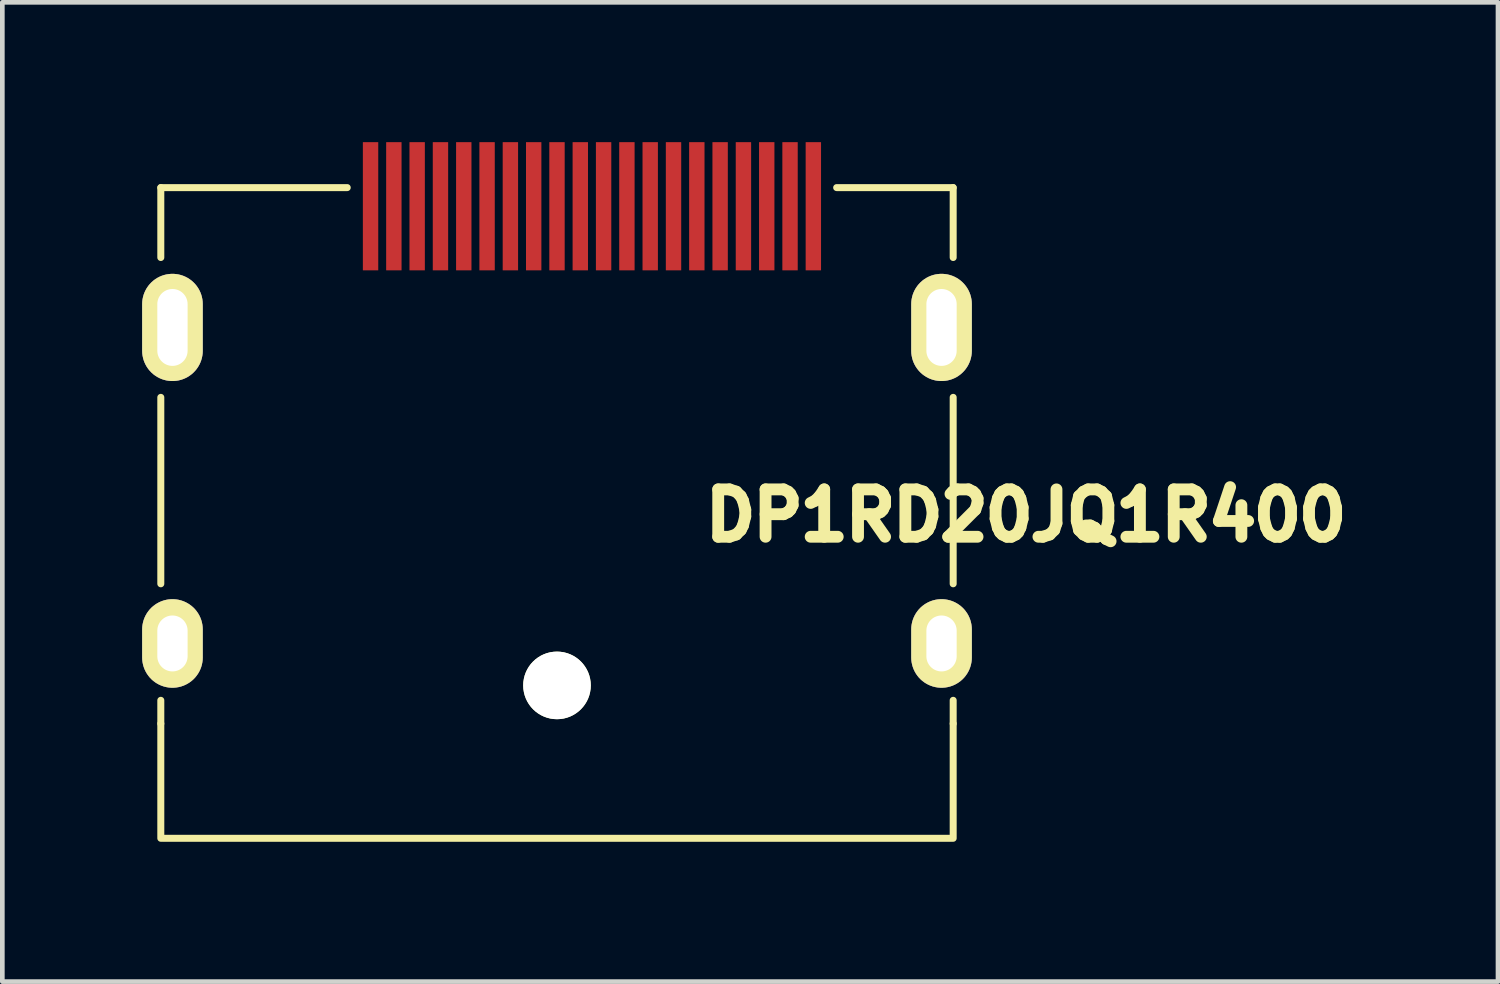
<source format=kicad_pcb>
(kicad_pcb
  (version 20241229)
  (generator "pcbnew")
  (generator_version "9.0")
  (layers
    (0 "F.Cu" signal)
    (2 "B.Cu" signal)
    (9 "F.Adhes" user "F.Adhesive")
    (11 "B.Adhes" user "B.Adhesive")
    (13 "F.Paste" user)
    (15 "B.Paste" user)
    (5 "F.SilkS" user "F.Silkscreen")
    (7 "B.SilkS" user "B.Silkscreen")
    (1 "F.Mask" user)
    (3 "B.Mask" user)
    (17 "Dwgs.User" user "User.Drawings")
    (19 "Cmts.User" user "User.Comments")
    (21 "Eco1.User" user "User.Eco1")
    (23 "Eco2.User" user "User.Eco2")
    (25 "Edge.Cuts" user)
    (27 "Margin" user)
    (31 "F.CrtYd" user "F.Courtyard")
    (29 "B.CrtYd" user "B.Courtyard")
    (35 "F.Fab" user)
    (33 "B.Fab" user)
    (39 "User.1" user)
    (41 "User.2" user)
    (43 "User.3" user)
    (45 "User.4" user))
  (footprint "DP1RD20JQ1R400"
    (layer "F.Cu")
    (at 8.9 3.975)
    (property "Reference" "DP1RD20JQ1R400" (at 10.063 4.034 0) (layer "F.SilkS") (effects (font (size 1.016 1.016) (thickness 0.254))))
    (attr through_hole)
    (fp_line (start -8.5 -3) (end -8.5 -1.5) (stroke (width 0.15) (type solid)) (layer "F.SilkS"))
    (fp_line (start -8.5 -3) (end -4.5 -3) (stroke (width 0.15) (type solid)) (layer "F.SilkS"))
    (fp_line (start -8.5 1.5) (end -8.5 5.5) (stroke (width 0.15) (type solid)) (layer "F.SilkS"))
    (fp_line (start -8.5 8.5) (end -8.5 8) (stroke (width 0.15) (type solid)) (layer "F.SilkS"))
    (fp_line (start -8.5 10.96) (end -8.5 8.5) (stroke (width 0.15) (type solid)) (layer "F.SilkS"))
    (fp_line (start 6 -3) (end 8.5 -3) (stroke (width 0.15) (type solid)) (layer "F.SilkS"))
    (fp_line (start 8.45 10.96) (end -8.45 10.96) (stroke (width 0.15) (type solid)) (layer "F.SilkS"))
    (fp_line (start 8.5 -1.5) (end 8.5 -3) (stroke (width 0.15) (type solid)) (layer "F.SilkS"))
    (fp_line (start 8.5 5.5) (end 8.5 1.5) (stroke (width 0.15) (type solid)) (layer "F.SilkS"))
    (fp_line (start 8.5 8.5) (end 8.5 8) (stroke (width 0.15) (type solid)) (layer "F.SilkS"))
    (fp_line (start 8.5 10.96) (end 8.5 8.5) (stroke (width 0.15) (type solid)) (layer "F.SilkS"))
    (pad "" np_thru_hole circle (at 0 7.68) (size 1.45 1.45) (drill 1.45) (layers "*.Cu" "*.Mask" "F.SilkS"))
    (pad "0" thru_hole oval (at -8.25 0) (size 1.3 2.3) (drill oval 0.65 1.65) (layers "*.Cu" "*.Mask" "F.SilkS"))
    (pad "0" thru_hole oval (at -8.25 6.78) (size 1.3 1.9) (drill oval 0.65 1.2) (layers "*.Cu" "*.Mask" "F.SilkS"))
    (pad "0" thru_hole oval (at 8.25 0) (size 1.3 2.3) (drill oval 0.65 1.65) (layers "*.Cu" "*.Mask" "F.SilkS"))
    (pad "0" thru_hole oval (at 8.25 6.78) (size 1.3 1.9) (drill oval 0.65 1.2) (layers "*.Cu" "*.Mask" "F.SilkS"))
    (pad "1" smd rect (at 5.5 -2.6) (size 0.33 2.75) (layers "F.Cu" "F.Mask" "F.Paste"))
    (pad "2" smd rect (at 5 -2.6) (size 0.33 2.75) (layers "F.Cu" "F.Mask" "F.Paste"))
    (pad "3" smd rect (at 4.5 -2.6) (size 0.33 2.75) (layers "F.Cu" "F.Mask" "F.Paste"))
    (pad "4" smd rect (at 4 -2.6) (size 0.33 2.75) (layers "F.Cu" "F.Mask" "F.Paste"))
    (pad "5" smd rect (at 3.5 -2.6) (size 0.33 2.75) (layers "F.Cu" "F.Mask" "F.Paste"))
    (pad "6" smd rect (at 3 -2.6) (size 0.33 2.75) (layers "F.Cu" "F.Mask" "F.Paste"))
    (pad "7" smd rect (at 2.5 -2.6) (size 0.33 2.75) (layers "F.Cu" "F.Mask" "F.Paste"))
    (pad "8" smd rect (at 2 -2.6) (size 0.33 2.75) (layers "F.Cu" "F.Mask" "F.Paste"))
    (pad "9" smd rect (at 1.5 -2.6) (size 0.33 2.75) (layers "F.Cu" "F.Mask" "F.Paste"))
    (pad "10" smd rect (at 1 -2.6) (size 0.33 2.75) (layers "F.Cu" "F.Mask" "F.Paste"))
    (pad "11" smd rect (at 0.5 -2.6) (size 0.33 2.75) (layers "F.Cu" "F.Mask" "F.Paste"))
    (pad "12" smd rect (at 0 -2.6) (size 0.33 2.75) (layers "F.Cu" "F.Mask" "F.Paste"))
    (pad "13" smd rect (at -0.5 -2.6) (size 0.33 2.75) (layers "F.Cu" "F.Mask" "F.Paste"))
    (pad "14" smd rect (at -1 -2.6) (size 0.33 2.75) (layers "F.Cu" "F.Mask" "F.Paste"))
    (pad "15" smd rect (at -1.5 -2.6) (size 0.33 2.75) (layers "F.Cu" "F.Mask" "F.Paste"))
    (pad "16" smd rect (at -2 -2.6) (size 0.33 2.75) (layers "F.Cu" "F.Mask" "F.Paste"))
    (pad "17" smd rect (at -2.5 -2.6) (size 0.33 2.75) (layers "F.Cu" "F.Mask" "F.Paste"))
    (pad "18" smd rect (at -3 -2.6) (size 0.33 2.75) (layers "F.Cu" "F.Mask" "F.Paste"))
    (pad "19" smd rect (at -3.5 -2.6) (size 0.33 2.75) (layers "F.Cu" "F.Mask" "F.Paste"))
    (pad "20" smd rect (at -4 -2.6) (size 0.33 2.75) (layers "F.Cu" "F.Mask" "F.Paste")))
  (gr_rect
    (start -3 -3)
    (end 29.089 18.01)
    (stroke (width 0.1) (type default))
    (fill no)
    (layer "Edge.Cuts")))
</source>
